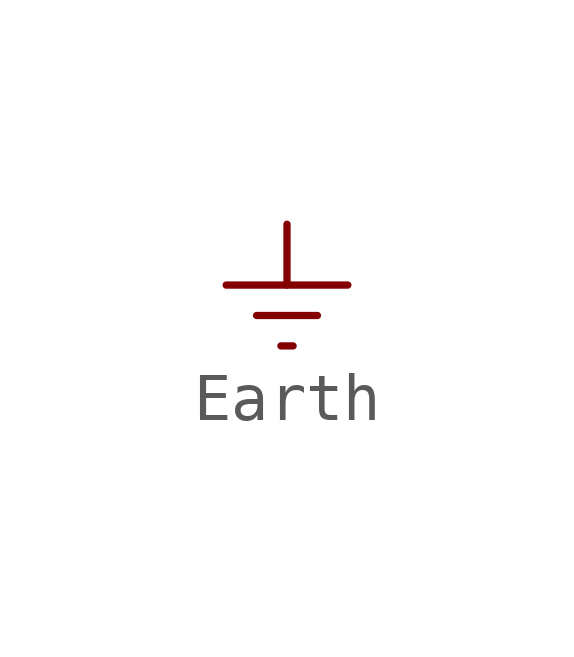
<source format=kicad_sym>
(kicad_symbol_lib
  (version 20231120)
  (generator "kicad_symbol_editor")
  (generator_version "8.0")
  (symbol "Earth"
    (power)
    (pin_numbers hide)
    (pin_names
      (offset 0) hide)
    (property "Reference" "#PWR"
      (at 0 -6.35 0)
      (effects (font (size 1.27 1.27)) (hide yes)))
    (symbol "Earth_0_1"
      (polyline (pts (xy -0.635 -1.905) (xy 0.635 -1.905)) (stroke (width 0) (type solid)) (fill (type none)))
      (polyline (pts (xy -0.127 -2.54) (xy 0.127 -2.54)) (stroke (width 0) (type solid)) (fill (type none)))
      (polyline (pts (xy 0 -1.27) (xy 0 0)) (stroke (width 0) (type solid)) (fill (type none)))
      (polyline (pts (xy 1.27 -1.27) (xy -1.27 -1.27)) (stroke (width 0) (type solid)) (fill (type none))))
    (symbol "Earth_1_1"
      (pin power_in line (at 0 0 270) (length 0) hide (name "Earth" (effects (font (size 1.27 1.27)))) (number "1" (effects (font (size 1.27 1.27))))))))
</source>
